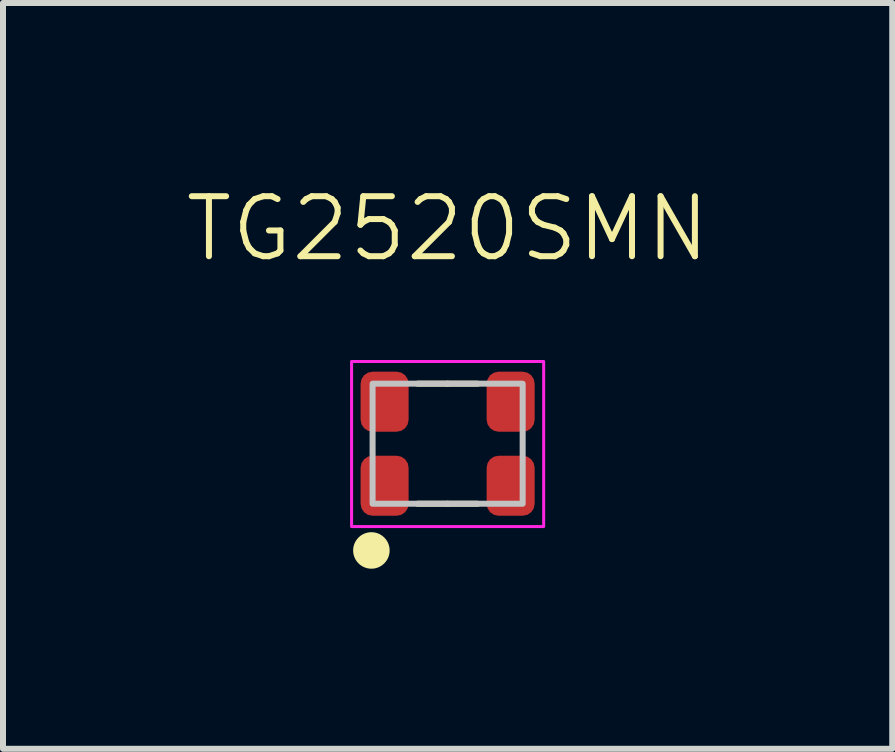
<source format=kicad_pcb>
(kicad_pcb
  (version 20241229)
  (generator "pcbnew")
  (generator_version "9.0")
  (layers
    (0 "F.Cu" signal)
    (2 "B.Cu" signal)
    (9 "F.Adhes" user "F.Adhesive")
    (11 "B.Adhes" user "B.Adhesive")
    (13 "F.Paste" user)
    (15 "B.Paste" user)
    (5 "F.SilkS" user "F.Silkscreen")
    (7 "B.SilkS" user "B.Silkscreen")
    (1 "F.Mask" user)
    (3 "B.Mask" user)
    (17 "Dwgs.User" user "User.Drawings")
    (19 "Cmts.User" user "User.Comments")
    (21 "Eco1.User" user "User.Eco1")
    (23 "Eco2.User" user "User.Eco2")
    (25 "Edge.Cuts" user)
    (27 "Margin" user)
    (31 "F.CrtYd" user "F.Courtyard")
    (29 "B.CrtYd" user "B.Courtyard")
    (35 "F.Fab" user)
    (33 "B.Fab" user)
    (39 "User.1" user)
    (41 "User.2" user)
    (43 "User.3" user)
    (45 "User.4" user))
  (footprint "TG2520SMN"
    (layer "F.Cu")
    (at 4.407 4.342)
    (property "Reference" "TG2520SMN" (at 0 -3.581 0) (unlocked yes) (layer "F.SilkS") (effects (font (size 1 1) (thickness 0.1))))
    (attr smd)
    (fp_line (start 0 -1) (end -0.5 -1) (stroke (width 0.1) (type default)) (layer "F.SilkS"))
    (fp_line (start 0 -1) (end 0.5 -1) (stroke (width 0.1) (type default)) (layer "F.SilkS"))
    (fp_line (start 0 1) (end -0.5 1) (stroke (width 0.1) (type default)) (layer "F.SilkS"))
    (fp_line (start 0 1) (end 0.5 1) (stroke (width 0.1) (type default)) (layer "F.SilkS"))
    (fp_circle (center -1.27 1.778) (end -1.016 1.778) (stroke (width 0.1) (type solid)) (fill yes) (layer "F.SilkS"))
    (fp_rect (start 1.25 -1) (end -1.25 1) (stroke (width 0.1) (type default)) (fill no) (layer "Dwgs.User"))
    (fp_rect (start -1.6 -1.37) (end 1.6 1.38) (stroke (width 0.05) (type default)) (fill no) (layer "F.CrtYd"))
    (pad "1" smd roundrect (at -1.05 0.7) (size 0.8 1) (layers "F.Cu" "F.Mask" "F.Paste") (roundrect_rratio 0.25))
    (pad "2" smd roundrect (at 1.05 0.7) (size 0.8 1) (layers "F.Cu" "F.Mask" "F.Paste") (roundrect_rratio 0.25))
    (pad "3" smd roundrect (at 1.05 -0.7) (size 0.8 1) (layers "F.Cu" "F.Mask" "F.Paste") (roundrect_rratio 0.25))
    (pad "4" smd roundrect (at -1.05 -0.7) (size 0.8 1) (layers "F.Cu" "F.Mask" "F.Paste") (roundrect_rratio 0.25)))
  (gr_rect
    (start -3 -3)
    (end 11.814 9.424)
    (stroke (width 0.1) (type default))
    (fill no)
    (layer "Edge.Cuts")))
</source>
